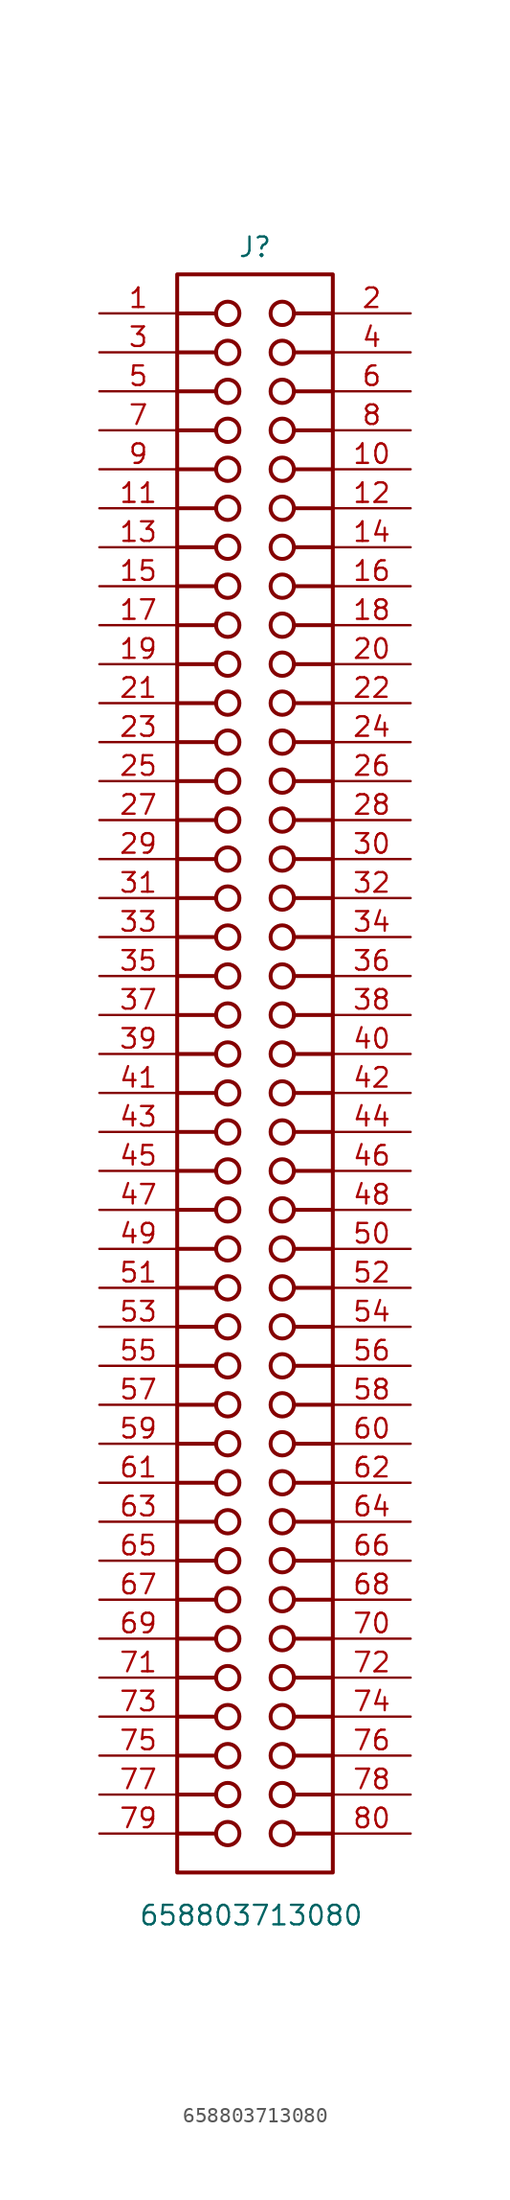
<source format=kicad_sym>
(kicad_symbol_lib
  (version 20241209)
  (generator "kicad_symbol_editor")
  (generator_version "9.0")
  (symbol "658803713080"
    (pin_names
      (hide yes))
    (property "Reference" "J"
      (at 0 52.578 0)
      (effects (font (size 1.27 1.27))))
    (property "Value" "658803713080"
      (at -0.254 -56.134 0)
      (effects (font (size 1.27 1.27))))
    (symbol "658803713080_1_1"
      (rectangle (start -5.08 50.8) (end 5.08 -53.34) (stroke (width 0.254) (type solid)) (fill (type none)))
      (polyline (pts (xy -5.08 48.26) (xy -2.54 48.26)) (stroke (width 0.254) (type solid)) (fill (type none)))
      (polyline (pts (xy -5.08 45.72) (xy -2.54 45.72)) (stroke (width 0.254) (type solid)) (fill (type none)))
      (polyline (pts (xy -5.08 43.18) (xy -2.54 43.18)) (stroke (width 0.254) (type solid)) (fill (type none)))
      (polyline (pts (xy -5.08 40.64) (xy -2.54 40.64)) (stroke (width 0.254) (type solid)) (fill (type none)))
      (polyline (pts (xy -5.08 38.1) (xy -2.54 38.1)) (stroke (width 0.254) (type solid)) (fill (type none)))
      (polyline (pts (xy -5.08 35.56) (xy -2.54 35.56)) (stroke (width 0.254) (type solid)) (fill (type none)))
      (polyline (pts (xy -5.08 33.02) (xy -2.54 33.02)) (stroke (width 0.254) (type solid)) (fill (type none)))
      (polyline (pts (xy -5.08 30.48) (xy -2.54 30.48)) (stroke (width 0.254) (type solid)) (fill (type none)))
      (polyline (pts (xy -5.08 27.94) (xy -2.54 27.94)) (stroke (width 0.254) (type solid)) (fill (type none)))
      (polyline (pts (xy -5.08 25.4) (xy -2.54 25.4)) (stroke (width 0.254) (type solid)) (fill (type none)))
      (polyline (pts (xy -5.08 22.86) (xy -2.54 22.86)) (stroke (width 0.254) (type solid)) (fill (type none)))
      (polyline (pts (xy -5.08 20.32) (xy -2.54 20.32)) (stroke (width 0.254) (type solid)) (fill (type none)))
      (polyline (pts (xy -5.08 17.78) (xy -2.54 17.78)) (stroke (width 0.254) (type solid)) (fill (type none)))
      (polyline (pts (xy -5.08 15.24) (xy -2.54 15.24)) (stroke (width 0.254) (type solid)) (fill (type none)))
      (polyline (pts (xy -5.08 12.7) (xy -2.54 12.7)) (stroke (width 0.254) (type solid)) (fill (type none)))
      (polyline (pts (xy -5.08 10.16) (xy -2.54 10.16)) (stroke (width 0.254) (type solid)) (fill (type none)))
      (polyline (pts (xy -5.08 7.62) (xy -2.54 7.62)) (stroke (width 0.254) (type solid)) (fill (type none)))
      (polyline (pts (xy -5.08 5.08) (xy -2.54 5.08)) (stroke (width 0.254) (type solid)) (fill (type none)))
      (polyline (pts (xy -5.08 2.54) (xy -2.54 2.54)) (stroke (width 0.254) (type solid)) (fill (type none)))
      (polyline (pts (xy -5.08 0) (xy -2.54 0)) (stroke (width 0.254) (type solid)) (fill (type none)))
      (polyline (pts (xy -5.08 -2.54) (xy -2.54 -2.54)) (stroke (width 0.254) (type solid)) (fill (type none)))
      (polyline (pts (xy -5.08 -5.08) (xy -2.54 -5.08)) (stroke (width 0.254) (type solid)) (fill (type none)))
      (polyline (pts (xy -5.08 -7.62) (xy -2.54 -7.62)) (stroke (width 0.254) (type solid)) (fill (type none)))
      (polyline (pts (xy -5.08 -10.16) (xy -2.54 -10.16)) (stroke (width 0.254) (type solid)) (fill (type none)))
      (polyline (pts (xy -5.08 -12.7) (xy -2.54 -12.7)) (stroke (width 0.254) (type solid)) (fill (type none)))
      (polyline (pts (xy -5.08 -15.24) (xy -2.54 -15.24)) (stroke (width 0.254) (type solid)) (fill (type none)))
      (polyline (pts (xy -5.08 -17.78) (xy -2.54 -17.78)) (stroke (width 0.254) (type solid)) (fill (type none)))
      (polyline (pts (xy -5.08 -20.32) (xy -2.54 -20.32)) (stroke (width 0.254) (type solid)) (fill (type none)))
      (polyline (pts (xy -5.08 -22.86) (xy -2.54 -22.86)) (stroke (width 0.254) (type solid)) (fill (type none)))
      (polyline (pts (xy -5.08 -25.4) (xy -2.54 -25.4)) (stroke (width 0.254) (type solid)) (fill (type none)))
      (polyline (pts (xy -5.08 -27.94) (xy -2.54 -27.94)) (stroke (width 0.254) (type solid)) (fill (type none)))
      (polyline (pts (xy -5.08 -30.48) (xy -2.54 -30.48)) (stroke (width 0.254) (type solid)) (fill (type none)))
      (polyline (pts (xy -5.08 -33.02) (xy -2.54 -33.02)) (stroke (width 0.254) (type solid)) (fill (type none)))
      (polyline (pts (xy -5.08 -35.56) (xy -2.54 -35.56)) (stroke (width 0.254) (type solid)) (fill (type none)))
      (polyline (pts (xy -5.08 -38.1) (xy -2.54 -38.1)) (stroke (width 0.254) (type solid)) (fill (type none)))
      (polyline (pts (xy -5.08 -40.64) (xy -2.54 -40.64)) (stroke (width 0.254) (type solid)) (fill (type none)))
      (polyline (pts (xy -5.08 -43.18) (xy -2.54 -43.18)) (stroke (width 0.254) (type solid)) (fill (type none)))
      (polyline (pts (xy -5.08 -45.72) (xy -2.54 -45.72)) (stroke (width 0.254) (type solid)) (fill (type none)))
      (polyline (pts (xy -5.08 -48.26) (xy -2.54 -48.26)) (stroke (width 0.254) (type solid)) (fill (type none)))
      (polyline (pts (xy -5.08 -50.8) (xy -2.54 -50.8)) (stroke (width 0.254) (type solid)) (fill (type none)))
      (circle (center -1.778 48.26) (radius 0.762) (stroke (width 0.254) (type solid)) (fill (type none)))
      (circle (center -1.778 45.72) (radius 0.762) (stroke (width 0.254) (type solid)) (fill (type none)))
      (circle (center -1.778 43.18) (radius 0.762) (stroke (width 0.254) (type solid)) (fill (type none)))
      (circle (center -1.778 40.64) (radius 0.762) (stroke (width 0.254) (type solid)) (fill (type none)))
      (circle (center -1.778 38.1) (radius 0.762) (stroke (width 0.254) (type solid)) (fill (type none)))
      (circle (center -1.778 35.56) (radius 0.762) (stroke (width 0.254) (type solid)) (fill (type none)))
      (circle (center -1.778 33.02) (radius 0.762) (stroke (width 0.254) (type solid)) (fill (type none)))
      (circle (center -1.778 30.48) (radius 0.762) (stroke (width 0.254) (type solid)) (fill (type none)))
      (circle (center -1.778 27.94) (radius 0.762) (stroke (width 0.254) (type solid)) (fill (type none)))
      (circle (center -1.778 25.4) (radius 0.762) (stroke (width 0.254) (type solid)) (fill (type none)))
      (circle (center -1.778 22.86) (radius 0.762) (stroke (width 0.254) (type solid)) (fill (type none)))
      (circle (center -1.778 20.32) (radius 0.762) (stroke (width 0.254) (type solid)) (fill (type none)))
      (circle (center -1.778 17.78) (radius 0.762) (stroke (width 0.254) (type solid)) (fill (type none)))
      (circle (center -1.778 15.24) (radius 0.762) (stroke (width 0.254) (type solid)) (fill (type none)))
      (circle (center -1.778 12.7) (radius 0.762) (stroke (width 0.254) (type solid)) (fill (type none)))
      (circle (center -1.778 10.16) (radius 0.762) (stroke (width 0.254) (type solid)) (fill (type none)))
      (circle (center -1.778 7.62) (radius 0.762) (stroke (width 0.254) (type solid)) (fill (type none)))
      (circle (center -1.778 5.08) (radius 0.762) (stroke (width 0.254) (type solid)) (fill (type none)))
      (circle (center -1.778 2.54) (radius 0.762) (stroke (width 0.254) (type solid)) (fill (type none)))
      (circle (center -1.778 0) (radius 0.762) (stroke (width 0.254) (type solid)) (fill (type none)))
      (circle (center -1.778 -2.54) (radius 0.762) (stroke (width 0.254) (type solid)) (fill (type none)))
      (circle (center -1.778 -5.08) (radius 0.762) (stroke (width 0.254) (type solid)) (fill (type none)))
      (circle (center -1.778 -7.62) (radius 0.762) (stroke (width 0.254) (type solid)) (fill (type none)))
      (circle (center -1.778 -10.16) (radius 0.762) (stroke (width 0.254) (type solid)) (fill (type none)))
      (circle (center -1.778 -12.7) (radius 0.762) (stroke (width 0.254) (type solid)) (fill (type none)))
      (circle (center -1.778 -15.24) (radius 0.762) (stroke (width 0.254) (type solid)) (fill (type none)))
      (circle (center -1.778 -17.78) (radius 0.762) (stroke (width 0.254) (type solid)) (fill (type none)))
      (circle (center -1.778 -20.32) (radius 0.762) (stroke (width 0.254) (type solid)) (fill (type none)))
      (circle (center -1.778 -22.86) (radius 0.762) (stroke (width 0.254) (type solid)) (fill (type none)))
      (circle (center -1.778 -25.4) (radius 0.762) (stroke (width 0.254) (type solid)) (fill (type none)))
      (circle (center -1.778 -27.94) (radius 0.762) (stroke (width 0.254) (type solid)) (fill (type none)))
      (circle (center -1.778 -30.48) (radius 0.762) (stroke (width 0.254) (type solid)) (fill (type none)))
      (circle (center -1.778 -33.02) (radius 0.762) (stroke (width 0.254) (type solid)) (fill (type none)))
      (circle (center -1.778 -35.56) (radius 0.762) (stroke (width 0.254) (type solid)) (fill (type none)))
      (circle (center -1.778 -38.1) (radius 0.762) (stroke (width 0.254) (type solid)) (fill (type none)))
      (circle (center -1.778 -40.64) (radius 0.762) (stroke (width 0.254) (type solid)) (fill (type none)))
      (circle (center -1.778 -43.18) (radius 0.762) (stroke (width 0.254) (type solid)) (fill (type none)))
      (circle (center -1.778 -45.72) (radius 0.762) (stroke (width 0.254) (type solid)) (fill (type none)))
      (circle (center -1.778 -48.26) (radius 0.762) (stroke (width 0.254) (type solid)) (fill (type none)))
      (circle (center -1.778 -50.8) (radius 0.762) (stroke (width 0.254) (type solid)) (fill (type none)))
      (circle (center 1.778 48.26) (radius 0.762) (stroke (width 0.254) (type solid)) (fill (type none)))
      (circle (center 1.778 45.72) (radius 0.762) (stroke (width 0.254) (type solid)) (fill (type none)))
      (circle (center 1.778 43.18) (radius 0.762) (stroke (width 0.254) (type solid)) (fill (type none)))
      (circle (center 1.778 40.64) (radius 0.762) (stroke (width 0.254) (type solid)) (fill (type none)))
      (circle (center 1.778 38.1) (radius 0.762) (stroke (width 0.254) (type solid)) (fill (type none)))
      (circle (center 1.778 35.56) (radius 0.762) (stroke (width 0.254) (type solid)) (fill (type none)))
      (circle (center 1.778 33.02) (radius 0.762) (stroke (width 0.254) (type solid)) (fill (type none)))
      (circle (center 1.778 30.48) (radius 0.762) (stroke (width 0.254) (type solid)) (fill (type none)))
      (circle (center 1.778 27.94) (radius 0.762) (stroke (width 0.254) (type solid)) (fill (type none)))
      (circle (center 1.778 25.4) (radius 0.762) (stroke (width 0.254) (type solid)) (fill (type none)))
      (circle (center 1.778 22.86) (radius 0.762) (stroke (width 0.254) (type solid)) (fill (type none)))
      (circle (center 1.778 20.32) (radius 0.762) (stroke (width 0.254) (type solid)) (fill (type none)))
      (circle (center 1.778 17.78) (radius 0.762) (stroke (width 0.254) (type solid)) (fill (type none)))
      (circle (center 1.778 15.24) (radius 0.762) (stroke (width 0.254) (type solid)) (fill (type none)))
      (circle (center 1.778 12.7) (radius 0.762) (stroke (width 0.254) (type solid)) (fill (type none)))
      (circle (center 1.778 10.16) (radius 0.762) (stroke (width 0.254) (type solid)) (fill (type none)))
      (circle (center 1.778 7.62) (radius 0.762) (stroke (width 0.254) (type solid)) (fill (type none)))
      (circle (center 1.778 5.08) (radius 0.762) (stroke (width 0.254) (type solid)) (fill (type none)))
      (circle (center 1.778 2.54) (radius 0.762) (stroke (width 0.254) (type solid)) (fill (type none)))
      (circle (center 1.778 0) (radius 0.762) (stroke (width 0.254) (type solid)) (fill (type none)))
      (circle (center 1.778 -2.54) (radius 0.762) (stroke (width 0.254) (type solid)) (fill (type none)))
      (circle (center 1.778 -5.08) (radius 0.762) (stroke (width 0.254) (type solid)) (fill (type none)))
      (circle (center 1.778 -7.62) (radius 0.762) (stroke (width 0.254) (type solid)) (fill (type none)))
      (circle (center 1.778 -10.16) (radius 0.762) (stroke (width 0.254) (type solid)) (fill (type none)))
      (circle (center 1.778 -12.7) (radius 0.762) (stroke (width 0.254) (type solid)) (fill (type none)))
      (circle (center 1.778 -15.24) (radius 0.762) (stroke (width 0.254) (type solid)) (fill (type none)))
      (circle (center 1.778 -17.78) (radius 0.762) (stroke (width 0.254) (type solid)) (fill (type none)))
      (circle (center 1.778 -20.32) (radius 0.762) (stroke (width 0.254) (type solid)) (fill (type none)))
      (circle (center 1.778 -22.86) (radius 0.762) (stroke (width 0.254) (type solid)) (fill (type none)))
      (circle (center 1.778 -25.4) (radius 0.762) (stroke (width 0.254) (type solid)) (fill (type none)))
      (circle (center 1.778 -27.94) (radius 0.762) (stroke (width 0.254) (type solid)) (fill (type none)))
      (circle (center 1.778 -30.48) (radius 0.762) (stroke (width 0.254) (type solid)) (fill (type none)))
      (circle (center 1.778 -33.02) (radius 0.762) (stroke (width 0.254) (type solid)) (fill (type none)))
      (circle (center 1.778 -35.56) (radius 0.762) (stroke (width 0.254) (type solid)) (fill (type none)))
      (circle (center 1.778 -38.1) (radius 0.762) (stroke (width 0.254) (type solid)) (fill (type none)))
      (circle (center 1.778 -40.64) (radius 0.762) (stroke (width 0.254) (type solid)) (fill (type none)))
      (circle (center 1.778 -43.18) (radius 0.762) (stroke (width 0.254) (type solid)) (fill (type none)))
      (circle (center 1.778 -45.72) (radius 0.762) (stroke (width 0.254) (type solid)) (fill (type none)))
      (circle (center 1.778 -48.26) (radius 0.762) (stroke (width 0.254) (type solid)) (fill (type none)))
      (circle (center 1.778 -50.8) (radius 0.762) (stroke (width 0.254) (type solid)) (fill (type none)))
      (polyline (pts (xy 5.08 48.26) (xy 2.54 48.26)) (stroke (width 0.254) (type solid)) (fill (type none)))
      (polyline (pts (xy 5.08 45.72) (xy 2.54 45.72)) (stroke (width 0.254) (type solid)) (fill (type none)))
      (polyline (pts (xy 5.08 43.18) (xy 2.54 43.18)) (stroke (width 0.254) (type solid)) (fill (type none)))
      (polyline (pts (xy 5.08 40.64) (xy 2.54 40.64)) (stroke (width 0.254) (type solid)) (fill (type none)))
      (polyline (pts (xy 5.08 38.1) (xy 2.54 38.1)) (stroke (width 0.254) (type solid)) (fill (type none)))
      (polyline (pts (xy 5.08 35.56) (xy 2.54 35.56)) (stroke (width 0.254) (type solid)) (fill (type none)))
      (polyline (pts (xy 5.08 33.02) (xy 2.54 33.02)) (stroke (width 0.254) (type solid)) (fill (type none)))
      (polyline (pts (xy 5.08 30.48) (xy 2.54 30.48)) (stroke (width 0.254) (type solid)) (fill (type none)))
      (polyline (pts (xy 5.08 27.94) (xy 2.54 27.94)) (stroke (width 0.254) (type solid)) (fill (type none)))
      (polyline (pts (xy 5.08 25.4) (xy 2.54 25.4)) (stroke (width 0.254) (type solid)) (fill (type none)))
      (polyline (pts (xy 5.08 22.86) (xy 2.54 22.86)) (stroke (width 0.254) (type solid)) (fill (type none)))
      (polyline (pts (xy 5.08 20.32) (xy 2.54 20.32)) (stroke (width 0.254) (type solid)) (fill (type none)))
      (polyline (pts (xy 5.08 17.78) (xy 2.54 17.78)) (stroke (width 0.254) (type solid)) (fill (type none)))
      (polyline (pts (xy 5.08 15.24) (xy 2.54 15.24)) (stroke (width 0.254) (type solid)) (fill (type none)))
      (polyline (pts (xy 5.08 12.7) (xy 2.54 12.7)) (stroke (width 0.254) (type solid)) (fill (type none)))
      (polyline (pts (xy 5.08 10.16) (xy 2.54 10.16)) (stroke (width 0.254) (type solid)) (fill (type none)))
      (polyline (pts (xy 5.08 7.62) (xy 2.54 7.62)) (stroke (width 0.254) (type solid)) (fill (type none)))
      (polyline (pts (xy 5.08 5.08) (xy 2.54 5.08)) (stroke (width 0.254) (type solid)) (fill (type none)))
      (polyline (pts (xy 5.08 2.54) (xy 2.54 2.54)) (stroke (width 0.254) (type solid)) (fill (type none)))
      (polyline (pts (xy 5.08 0) (xy 2.54 0)) (stroke (width 0.254) (type solid)) (fill (type none)))
      (polyline (pts (xy 5.08 -2.54) (xy 2.54 -2.54)) (stroke (width 0.254) (type solid)) (fill (type none)))
      (polyline (pts (xy 5.08 -5.08) (xy 2.54 -5.08)) (stroke (width 0.254) (type solid)) (fill (type none)))
      (polyline (pts (xy 5.08 -7.62) (xy 2.54 -7.62)) (stroke (width 0.254) (type solid)) (fill (type none)))
      (polyline (pts (xy 5.08 -10.16) (xy 2.54 -10.16)) (stroke (width 0.254) (type solid)) (fill (type none)))
      (polyline (pts (xy 5.08 -12.7) (xy 2.54 -12.7)) (stroke (width 0.254) (type solid)) (fill (type none)))
      (polyline (pts (xy 5.08 -15.24) (xy 2.54 -15.24)) (stroke (width 0.254) (type solid)) (fill (type none)))
      (polyline (pts (xy 5.08 -17.78) (xy 2.54 -17.78)) (stroke (width 0.254) (type solid)) (fill (type none)))
      (polyline (pts (xy 5.08 -20.32) (xy 2.54 -20.32)) (stroke (width 0.254) (type solid)) (fill (type none)))
      (polyline (pts (xy 5.08 -22.86) (xy 2.54 -22.86)) (stroke (width 0.254) (type solid)) (fill (type none)))
      (polyline (pts (xy 5.08 -25.4) (xy 2.54 -25.4)) (stroke (width 0.254) (type solid)) (fill (type none)))
      (polyline (pts (xy 5.08 -27.94) (xy 2.54 -27.94)) (stroke (width 0.254) (type solid)) (fill (type none)))
      (polyline (pts (xy 5.08 -30.48) (xy 2.54 -30.48)) (stroke (width 0.254) (type solid)) (fill (type none)))
      (polyline (pts (xy 5.08 -33.02) (xy 2.54 -33.02)) (stroke (width 0.254) (type solid)) (fill (type none)))
      (polyline (pts (xy 5.08 -35.56) (xy 2.54 -35.56)) (stroke (width 0.254) (type solid)) (fill (type none)))
      (polyline (pts (xy 5.08 -38.1) (xy 2.54 -38.1)) (stroke (width 0.254) (type solid)) (fill (type none)))
      (polyline (pts (xy 5.08 -40.64) (xy 2.54 -40.64)) (stroke (width 0.254) (type solid)) (fill (type none)))
      (polyline (pts (xy 5.08 -43.18) (xy 2.54 -43.18)) (stroke (width 0.254) (type solid)) (fill (type none)))
      (polyline (pts (xy 5.08 -45.72) (xy 2.54 -45.72)) (stroke (width 0.254) (type solid)) (fill (type none)))
      (polyline (pts (xy 5.08 -48.26) (xy 2.54 -48.26)) (stroke (width 0.254) (type solid)) (fill (type none)))
      (polyline (pts (xy 5.08 -50.8) (xy 2.54 -50.8)) (stroke (width 0.254) (type solid)) (fill (type none)))
      (pin passive line (at -10.16 48.26 0) (length 5.08) (name "1" (effects (font (size 1.27 1.27)))) (number "1" (effects (font (size 1.27 1.27)))))
      (pin passive line (at -10.16 45.72 0) (length 5.08) (name "3" (effects (font (size 1.27 1.27)))) (number "3" (effects (font (size 1.27 1.27)))))
      (pin passive line (at -10.16 43.18 0) (length 5.08) (name "5" (effects (font (size 1.27 1.27)))) (number "5" (effects (font (size 1.27 1.27)))))
      (pin passive line (at -10.16 40.64 0) (length 5.08) (name "7" (effects (font (size 1.27 1.27)))) (number "7" (effects (font (size 1.27 1.27)))))
      (pin passive line (at -10.16 38.1 0) (length 5.08) (name "9" (effects (font (size 1.27 1.27)))) (number "9" (effects (font (size 1.27 1.27)))))
      (pin passive line (at -10.16 35.56 0) (length 5.08) (name "11" (effects (font (size 1.27 1.27)))) (number "11" (effects (font (size 1.27 1.27)))))
      (pin passive line (at -10.16 33.02 0) (length 5.08) (name "13" (effects (font (size 1.27 1.27)))) (number "13" (effects (font (size 1.27 1.27)))))
      (pin passive line (at -10.16 30.48 0) (length 5.08) (name "15" (effects (font (size 1.27 1.27)))) (number "15" (effects (font (size 1.27 1.27)))))
      (pin passive line (at -10.16 27.94 0) (length 5.08) (name "17" (effects (font (size 1.27 1.27)))) (number "17" (effects (font (size 1.27 1.27)))))
      (pin passive line (at -10.16 25.4 0) (length 5.08) (name "19" (effects (font (size 1.27 1.27)))) (number "19" (effects (font (size 1.27 1.27)))))
      (pin passive line (at -10.16 22.86 0) (length 5.08) (name "21" (effects (font (size 1.27 1.27)))) (number "21" (effects (font (size 1.27 1.27)))))
      (pin passive line (at -10.16 20.32 0) (length 5.08) (name "23" (effects (font (size 1.27 1.27)))) (number "23" (effects (font (size 1.27 1.27)))))
      (pin passive line (at -10.16 17.78 0) (length 5.08) (name "25" (effects (font (size 1.27 1.27)))) (number "25" (effects (font (size 1.27 1.27)))))
      (pin passive line (at -10.16 15.24 0) (length 5.08) (name "27" (effects (font (size 1.27 1.27)))) (number "27" (effects (font (size 1.27 1.27)))))
      (pin passive line (at -10.16 12.7 0) (length 5.08) (name "29" (effects (font (size 1.27 1.27)))) (number "29" (effects (font (size 1.27 1.27)))))
      (pin passive line (at -10.16 10.16 0) (length 5.08) (name "31" (effects (font (size 1.27 1.27)))) (number "31" (effects (font (size 1.27 1.27)))))
      (pin passive line (at -10.16 7.62 0) (length 5.08) (name "33" (effects (font (size 1.27 1.27)))) (number "33" (effects (font (size 1.27 1.27)))))
      (pin passive line (at -10.16 5.08 0) (length 5.08) (name "35" (effects (font (size 1.27 1.27)))) (number "35" (effects (font (size 1.27 1.27)))))
      (pin passive line (at -10.16 2.54 0) (length 5.08) (name "37" (effects (font (size 1.27 1.27)))) (number "37" (effects (font (size 1.27 1.27)))))
      (pin passive line (at -10.16 0 0) (length 5.08) (name "39" (effects (font (size 1.27 1.27)))) (number "39" (effects (font (size 1.27 1.27)))))
      (pin passive line (at -10.16 -2.54 0) (length 5.08) (name "41" (effects (font (size 1.27 1.27)))) (number "41" (effects (font (size 1.27 1.27)))))
      (pin passive line (at -10.16 -5.08 0) (length 5.08) (name "43" (effects (font (size 1.27 1.27)))) (number "43" (effects (font (size 1.27 1.27)))))
      (pin passive line (at -10.16 -7.62 0) (length 5.08) (name "45" (effects (font (size 1.27 1.27)))) (number "45" (effects (font (size 1.27 1.27)))))
      (pin passive line (at -10.16 -10.16 0) (length 5.08) (name "47" (effects (font (size 1.27 1.27)))) (number "47" (effects (font (size 1.27 1.27)))))
      (pin passive line (at -10.16 -12.7 0) (length 5.08) (name "49" (effects (font (size 1.27 1.27)))) (number "49" (effects (font (size 1.27 1.27)))))
      (pin passive line (at -10.16 -15.24 0) (length 5.08) (name "51" (effects (font (size 1.27 1.27)))) (number "51" (effects (font (size 1.27 1.27)))))
      (pin passive line (at -10.16 -17.78 0) (length 5.08) (name "53" (effects (font (size 1.27 1.27)))) (number "53" (effects (font (size 1.27 1.27)))))
      (pin passive line (at -10.16 -20.32 0) (length 5.08) (name "55" (effects (font (size 1.27 1.27)))) (number "55" (effects (font (size 1.27 1.27)))))
      (pin passive line (at -10.16 -22.86 0) (length 5.08) (name "57" (effects (font (size 1.27 1.27)))) (number "57" (effects (font (size 1.27 1.27)))))
      (pin passive line (at -10.16 -25.4 0) (length 5.08) (name "59" (effects (font (size 1.27 1.27)))) (number "59" (effects (font (size 1.27 1.27)))))
      (pin passive line (at -10.16 -27.94 0) (length 5.08) (name "61" (effects (font (size 1.27 1.27)))) (number "61" (effects (font (size 1.27 1.27)))))
      (pin passive line (at -10.16 -30.48 0) (length 5.08) (name "63" (effects (font (size 1.27 1.27)))) (number "63" (effects (font (size 1.27 1.27)))))
      (pin passive line (at -10.16 -33.02 0) (length 5.08) (name "65" (effects (font (size 1.27 1.27)))) (number "65" (effects (font (size 1.27 1.27)))))
      (pin passive line (at -10.16 -35.56 0) (length 5.08) (name "67" (effects (font (size 1.27 1.27)))) (number "67" (effects (font (size 1.27 1.27)))))
      (pin passive line (at -10.16 -38.1 0) (length 5.08) (name "69" (effects (font (size 1.27 1.27)))) (number "69" (effects (font (size 1.27 1.27)))))
      (pin passive line (at -10.16 -40.64 0) (length 5.08) (name "71" (effects (font (size 1.27 1.27)))) (number "71" (effects (font (size 1.27 1.27)))))
      (pin passive line (at -10.16 -43.18 0) (length 5.08) (name "73" (effects (font (size 1.27 1.27)))) (number "73" (effects (font (size 1.27 1.27)))))
      (pin passive line (at -10.16 -45.72 0) (length 5.08) (name "75" (effects (font (size 1.27 1.27)))) (number "75" (effects (font (size 1.27 1.27)))))
      (pin passive line (at -10.16 -48.26 0) (length 5.08) (name "77" (effects (font (size 1.27 1.27)))) (number "77" (effects (font (size 1.27 1.27)))))
      (pin passive line (at -10.16 -50.8 0) (length 5.08) (name "79" (effects (font (size 1.27 1.27)))) (number "79" (effects (font (size 1.27 1.27)))))
      (pin passive line (at 10.16 48.26 180) (length 5.08) (name "2" (effects (font (size 1.27 1.27)))) (number "2" (effects (font (size 1.27 1.27)))))
      (pin passive line (at 10.16 45.72 180) (length 5.08) (name "4" (effects (font (size 1.27 1.27)))) (number "4" (effects (font (size 1.27 1.27)))))
      (pin passive line (at 10.16 43.18 180) (length 5.08) (name "6" (effects (font (size 1.27 1.27)))) (number "6" (effects (font (size 1.27 1.27)))))
      (pin passive line (at 10.16 40.64 180) (length 5.08) (name "8" (effects (font (size 1.27 1.27)))) (number "8" (effects (font (size 1.27 1.27)))))
      (pin passive line (at 10.16 38.1 180) (length 5.08) (name "10" (effects (font (size 1.27 1.27)))) (number "10" (effects (font (size 1.27 1.27)))))
      (pin passive line (at 10.16 35.56 180) (length 5.08) (name "12" (effects (font (size 1.27 1.27)))) (number "12" (effects (font (size 1.27 1.27)))))
      (pin passive line (at 10.16 33.02 180) (length 5.08) (name "14" (effects (font (size 1.27 1.27)))) (number "14" (effects (font (size 1.27 1.27)))))
      (pin passive line (at 10.16 30.48 180) (length 5.08) (name "16" (effects (font (size 1.27 1.27)))) (number "16" (effects (font (size 1.27 1.27)))))
      (pin passive line (at 10.16 27.94 180) (length 5.08) (name "18" (effects (font (size 1.27 1.27)))) (number "18" (effects (font (size 1.27 1.27)))))
      (pin passive line (at 10.16 25.4 180) (length 5.08) (name "20" (effects (font (size 1.27 1.27)))) (number "20" (effects (font (size 1.27 1.27)))))
      (pin passive line (at 10.16 22.86 180) (length 5.08) (name "22" (effects (font (size 1.27 1.27)))) (number "22" (effects (font (size 1.27 1.27)))))
      (pin passive line (at 10.16 20.32 180) (length 5.08) (name "24" (effects (font (size 1.27 1.27)))) (number "24" (effects (font (size 1.27 1.27)))))
      (pin passive line (at 10.16 17.78 180) (length 5.08) (name "1" (effects (font (size 1.27 1.27)))) (number "26" (effects (font (size 1.27 1.27)))))
      (pin passive line (at 10.16 15.24 180) (length 5.08) (name "28" (effects (font (size 1.27 1.27)))) (number "28" (effects (font (size 1.27 1.27)))))
      (pin passive line (at 10.16 12.7 180) (length 5.08) (name "30" (effects (font (size 1.27 1.27)))) (number "30" (effects (font (size 1.27 1.27)))))
      (pin passive line (at 10.16 10.16 180) (length 5.08) (name "32" (effects (font (size 1.27 1.27)))) (number "32" (effects (font (size 1.27 1.27)))))
      (pin passive line (at 10.16 7.62 180) (length 5.08) (name "34" (effects (font (size 1.27 1.27)))) (number "34" (effects (font (size 1.27 1.27)))))
      (pin passive line (at 10.16 5.08 180) (length 5.08) (name "36" (effects (font (size 1.27 1.27)))) (number "36" (effects (font (size 1.27 1.27)))))
      (pin passive line (at 10.16 2.54 180) (length 5.08) (name "38" (effects (font (size 1.27 1.27)))) (number "38" (effects (font (size 1.27 1.27)))))
      (pin passive line (at 10.16 0 180) (length 5.08) (name "40" (effects (font (size 1.27 1.27)))) (number "40" (effects (font (size 1.27 1.27)))))
      (pin passive line (at 10.16 -2.54 180) (length 5.08) (name "42" (effects (font (size 1.27 1.27)))) (number "42" (effects (font (size 1.27 1.27)))))
      (pin passive line (at 10.16 -5.08 180) (length 5.08) (name "44" (effects (font (size 1.27 1.27)))) (number "44" (effects (font (size 1.27 1.27)))))
      (pin passive line (at 10.16 -7.62 180) (length 5.08) (name "46" (effects (font (size 1.27 1.27)))) (number "46" (effects (font (size 1.27 1.27)))))
      (pin passive line (at 10.16 -10.16 180) (length 5.08) (name "48" (effects (font (size 1.27 1.27)))) (number "48" (effects (font (size 1.27 1.27)))))
      (pin passive line (at 10.16 -12.7 180) (length 5.08) (name "50" (effects (font (size 1.27 1.27)))) (number "50" (effects (font (size 1.27 1.27)))))
      (pin passive line (at 10.16 -15.24 180) (length 5.08) (name "52" (effects (font (size 1.27 1.27)))) (number "52" (effects (font (size 1.27 1.27)))))
      (pin passive line (at 10.16 -17.78 180) (length 5.08) (name "54" (effects (font (size 1.27 1.27)))) (number "54" (effects (font (size 1.27 1.27)))))
      (pin passive line (at 10.16 -20.32 180) (length 5.08) (name "56" (effects (font (size 1.27 1.27)))) (number "56" (effects (font (size 1.27 1.27)))))
      (pin passive line (at 10.16 -22.86 180) (length 5.08) (name "58" (effects (font (size 1.27 1.27)))) (number "58" (effects (font (size 1.27 1.27)))))
      (pin passive line (at 10.16 -25.4 180) (length 5.08) (name "60" (effects (font (size 1.27 1.27)))) (number "60" (effects (font (size 1.27 1.27)))))
      (pin passive line (at 10.16 -27.94 180) (length 5.08) (name "62" (effects (font (size 1.27 1.27)))) (number "62" (effects (font (size 1.27 1.27)))))
      (pin passive line (at 10.16 -30.48 180) (length 5.08) (name "64" (effects (font (size 1.27 1.27)))) (number "64" (effects (font (size 1.27 1.27)))))
      (pin passive line (at 10.16 -33.02 180) (length 5.08) (name "66" (effects (font (size 1.27 1.27)))) (number "66" (effects (font (size 1.27 1.27)))))
      (pin passive line (at 10.16 -35.56 180) (length 5.08) (name "68" (effects (font (size 1.27 1.27)))) (number "68" (effects (font (size 1.27 1.27)))))
      (pin passive line (at 10.16 -38.1 180) (length 5.08) (name "70" (effects (font (size 1.27 1.27)))) (number "70" (effects (font (size 1.27 1.27)))))
      (pin passive line (at 10.16 -40.64 180) (length 5.08) (name "72" (effects (font (size 1.27 1.27)))) (number "72" (effects (font (size 1.27 1.27)))))
      (pin passive line (at 10.16 -43.18 180) (length 5.08) (name "74" (effects (font (size 1.27 1.27)))) (number "74" (effects (font (size 1.27 1.27)))))
      (pin passive line (at 10.16 -45.72 180) (length 5.08) (name "76" (effects (font (size 1.27 1.27)))) (number "76" (effects (font (size 1.27 1.27)))))
      (pin passive line (at 10.16 -48.26 180) (length 5.08) (name "78" (effects (font (size 1.27 1.27)))) (number "78" (effects (font (size 1.27 1.27)))))
      (pin passive line (at 10.16 -50.8 180) (length 5.08) (name "80" (effects (font (size 1.27 1.27)))) (number "80" (effects (font (size 1.27 1.27))))))))
</source>
